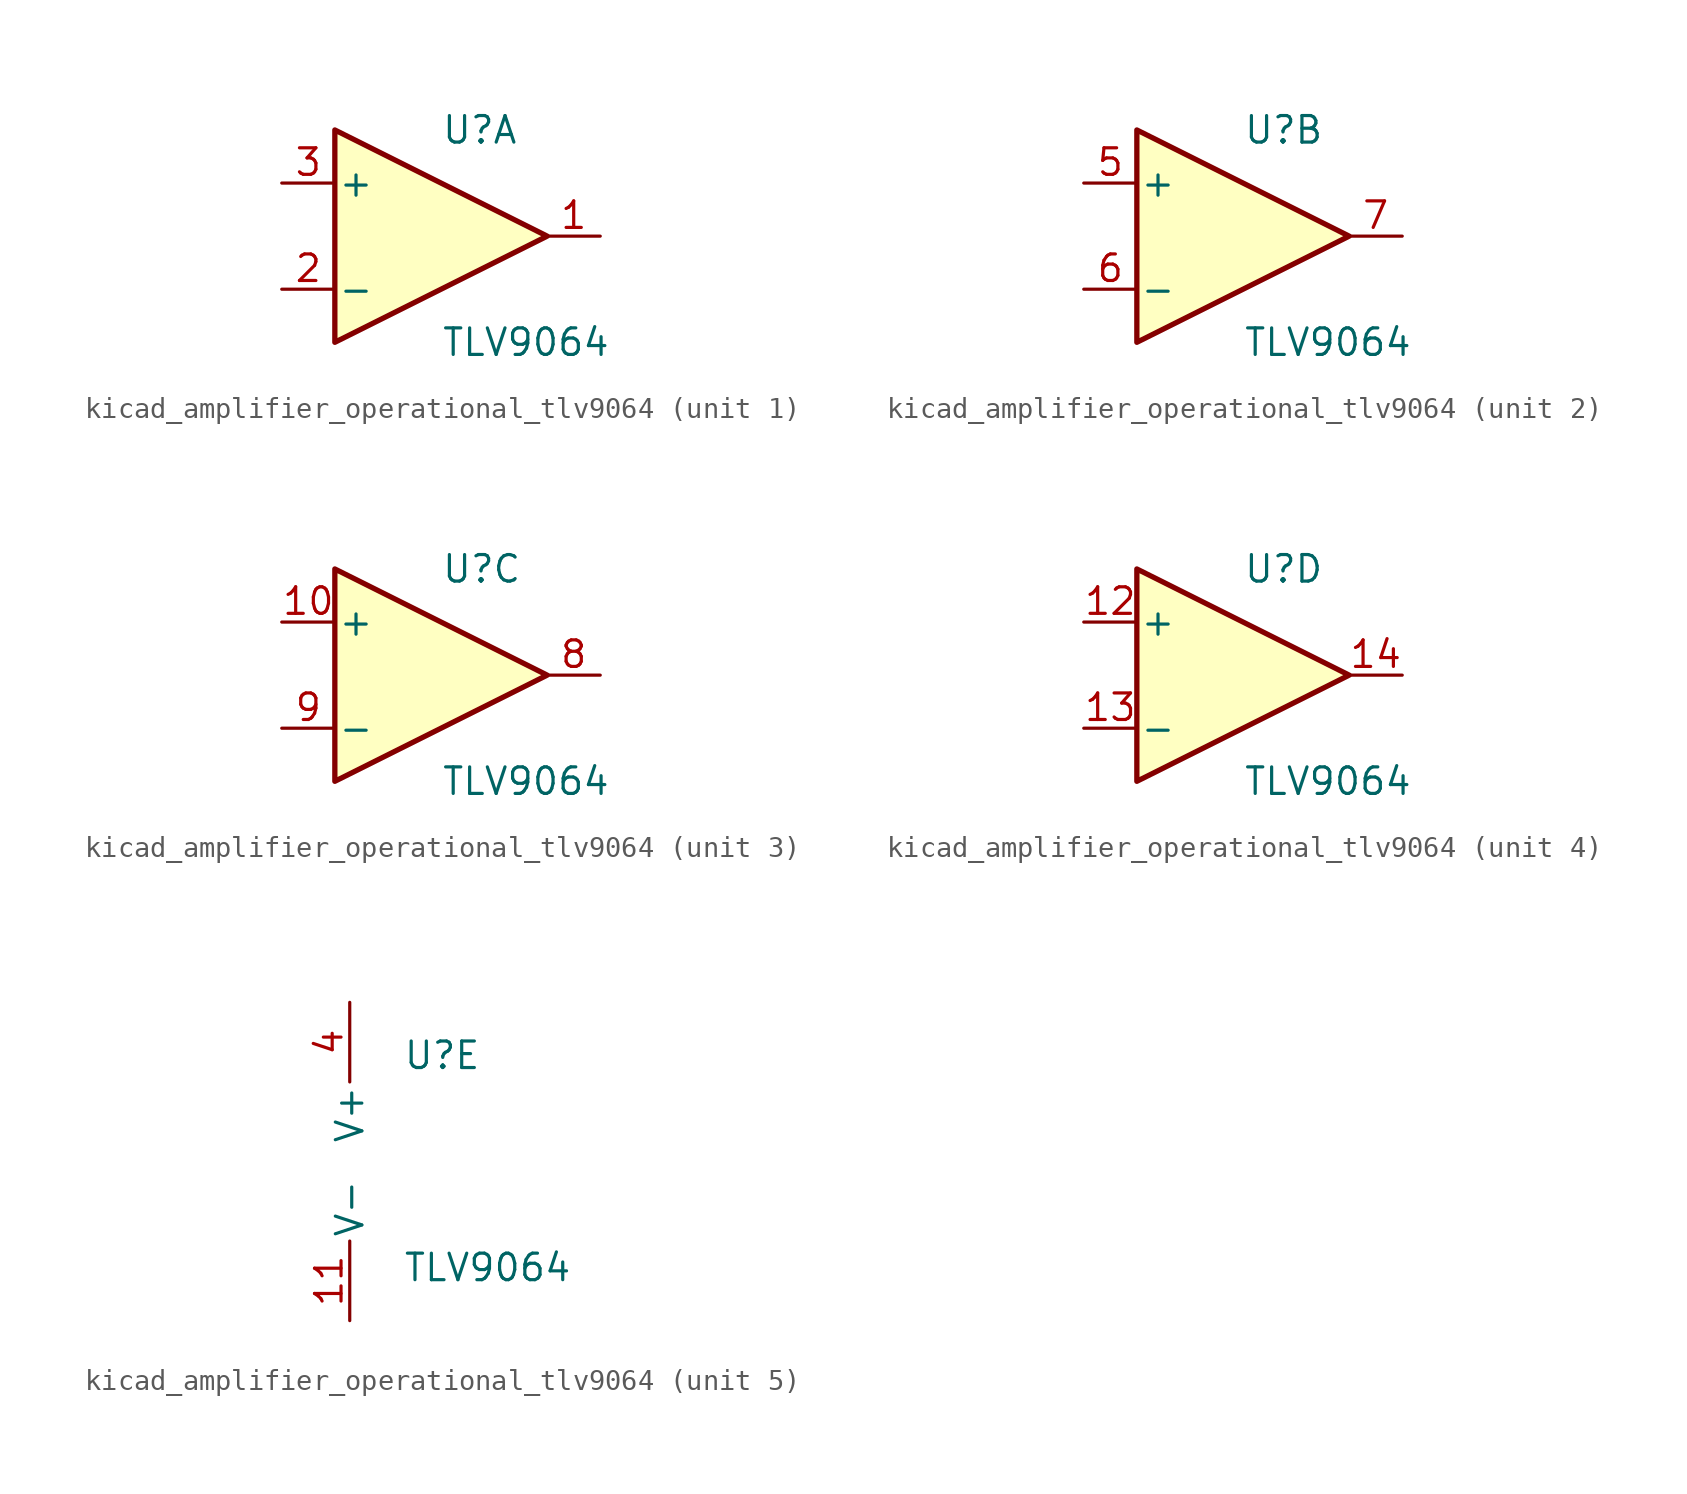
<source format=kicad_sym>
(kicad_symbol_lib
  (version 20220914)
  (generator kicad_symbol_editor)
  (symbol "kicad_amplifier_operational_tlv9064"
    (pin_names
      (offset 0.127))
    (property "Reference" "U"
      (at 0 5.08 0)
      (effects (font (size 1.27 1.27)) (justify left)))
    (property "Value" "TLV9064"
      (at 0 -5.08 0)
      (effects (font (size 1.27 1.27)) (justify left)))
    (property "ki_locked" ""
      (at 0 0 0)
      (effects (font (size 1.27 1.27))))
    (symbol "kicad_amplifier_operational_tlv9064_1_1"
      (polyline (pts (xy -5.08 5.08) (xy 5.08 0) (xy -5.08 -5.08) (xy -5.08 5.08)) (stroke (width 0.254) (type default)) (fill (type background)))
      (pin output line (at 7.62 0 180) (length 2.54) (name "~" (effects (font (size 1.27 1.27)))) (number "1" (effects (font (size 1.27 1.27)))))
      (pin input line (at -7.62 -2.54 0) (length 2.54) (name "-" (effects (font (size 1.27 1.27)))) (number "2" (effects (font (size 1.27 1.27)))))
      (pin input line (at -7.62 2.54 0) (length 2.54) (name "+" (effects (font (size 1.27 1.27)))) (number "3" (effects (font (size 1.27 1.27))))))
    (symbol "kicad_amplifier_operational_tlv9064_2_1"
      (polyline (pts (xy -5.08 5.08) (xy 5.08 0) (xy -5.08 -5.08) (xy -5.08 5.08)) (stroke (width 0.254) (type default)) (fill (type background)))
      (pin input line (at -7.62 2.54 0) (length 2.54) (name "+" (effects (font (size 1.27 1.27)))) (number "5" (effects (font (size 1.27 1.27)))))
      (pin input line (at -7.62 -2.54 0) (length 2.54) (name "-" (effects (font (size 1.27 1.27)))) (number "6" (effects (font (size 1.27 1.27)))))
      (pin output line (at 7.62 0 180) (length 2.54) (name "~" (effects (font (size 1.27 1.27)))) (number "7" (effects (font (size 1.27 1.27))))))
    (symbol "kicad_amplifier_operational_tlv9064_3_1"
      (polyline (pts (xy -5.08 5.08) (xy 5.08 0) (xy -5.08 -5.08) (xy -5.08 5.08)) (stroke (width 0.254) (type default)) (fill (type background)))
      (pin input line (at -7.62 2.54 0) (length 2.54) (name "+" (effects (font (size 1.27 1.27)))) (number "10" (effects (font (size 1.27 1.27)))))
      (pin output line (at 7.62 0 180) (length 2.54) (name "~" (effects (font (size 1.27 1.27)))) (number "8" (effects (font (size 1.27 1.27)))))
      (pin input line (at -7.62 -2.54 0) (length 2.54) (name "-" (effects (font (size 1.27 1.27)))) (number "9" (effects (font (size 1.27 1.27))))))
    (symbol "kicad_amplifier_operational_tlv9064_4_1"
      (polyline (pts (xy -5.08 5.08) (xy 5.08 0) (xy -5.08 -5.08) (xy -5.08 5.08)) (stroke (width 0.254) (type default)) (fill (type background)))
      (pin input line (at -7.62 2.54 0) (length 2.54) (name "+" (effects (font (size 1.27 1.27)))) (number "12" (effects (font (size 1.27 1.27)))))
      (pin input line (at -7.62 -2.54 0) (length 2.54) (name "-" (effects (font (size 1.27 1.27)))) (number "13" (effects (font (size 1.27 1.27)))))
      (pin output line (at 7.62 0 180) (length 2.54) (name "~" (effects (font (size 1.27 1.27)))) (number "14" (effects (font (size 1.27 1.27))))))
    (symbol "kicad_amplifier_operational_tlv9064_5_1"
      (pin power_in line (at -2.54 -7.62 90) (length 3.81) (name "V-" (effects (font (size 1.27 1.27)))) (number "11" (effects (font (size 1.27 1.27)))))
      (pin power_in line (at -2.54 7.62 270) (length 3.81) (name "V+" (effects (font (size 1.27 1.27)))) (number "4" (effects (font (size 1.27 1.27))))))))
</source>
